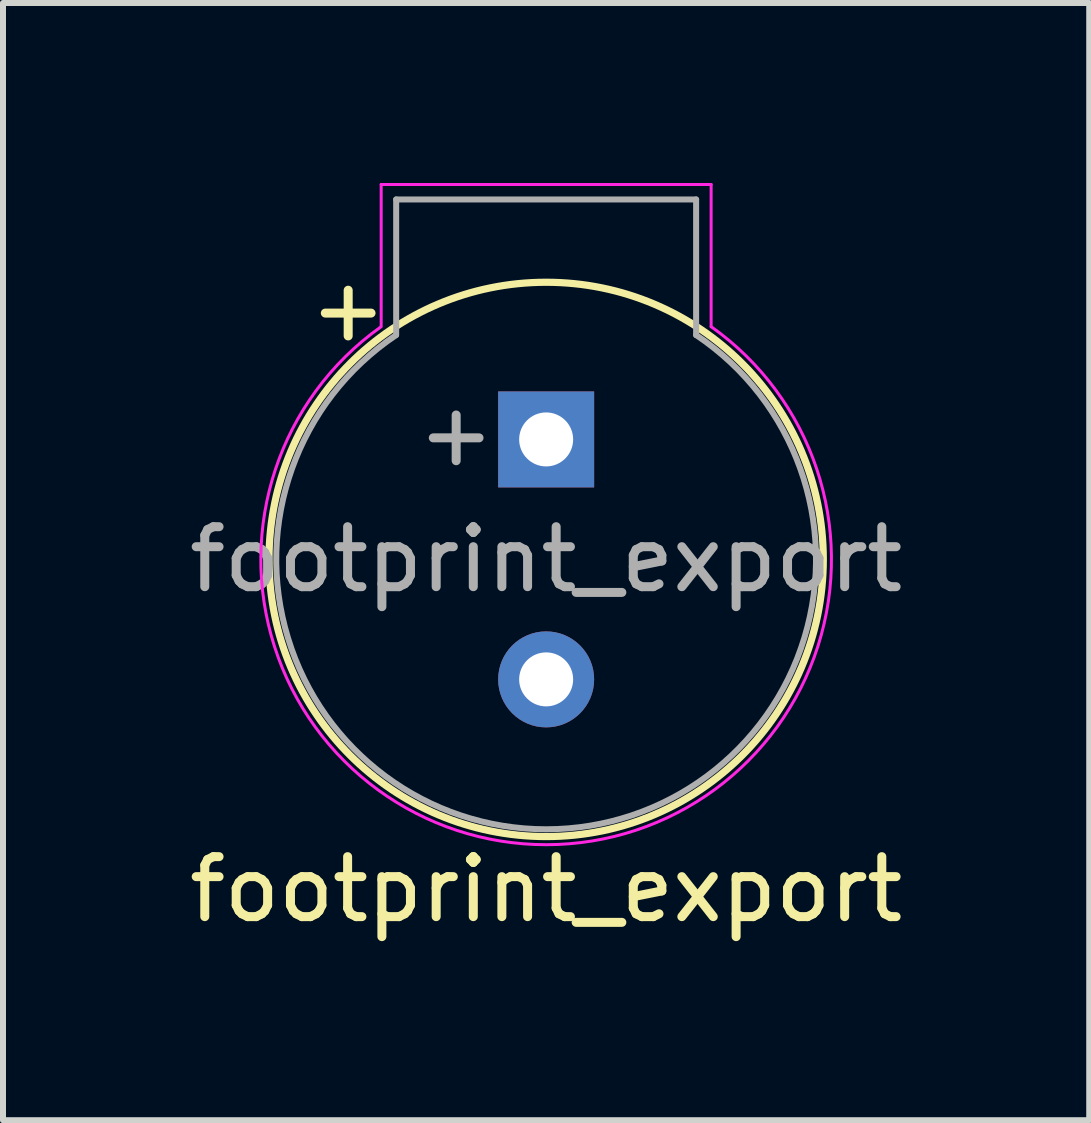
<source format=kicad_pcb>
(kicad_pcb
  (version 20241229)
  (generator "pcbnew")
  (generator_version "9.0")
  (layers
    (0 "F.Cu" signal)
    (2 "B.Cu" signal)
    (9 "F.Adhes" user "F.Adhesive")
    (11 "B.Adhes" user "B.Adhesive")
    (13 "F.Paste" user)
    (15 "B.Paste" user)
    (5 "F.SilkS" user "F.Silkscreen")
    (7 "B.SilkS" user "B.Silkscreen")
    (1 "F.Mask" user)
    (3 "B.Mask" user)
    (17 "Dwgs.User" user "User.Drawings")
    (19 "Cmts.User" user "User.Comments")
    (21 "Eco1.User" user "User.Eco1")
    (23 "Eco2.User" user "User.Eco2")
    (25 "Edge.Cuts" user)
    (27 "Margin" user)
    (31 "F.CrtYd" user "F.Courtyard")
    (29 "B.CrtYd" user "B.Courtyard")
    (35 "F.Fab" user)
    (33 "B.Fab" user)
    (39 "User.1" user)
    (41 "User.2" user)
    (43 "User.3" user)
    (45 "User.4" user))
  (footprint "footprint_export"
    (layer "F.Cu")
    (at 6.054 4.275)
    (property "Reference" "footprint_export" (at 0 7.5 0) (layer "F.SilkS") (effects (font (size 1 1) (thickness 0.15))))
    (attr through_hole)
    (fp_circle (center 0 2) (end 4.62 2) (stroke (width 0.12) (type solid)) (fill no) (layer "F.SilkS"))
    (fp_line (start -2.75 -4.25) (end 2.75 -4.25) (stroke (width 0.05) (type solid)) (layer "F.CrtYd"))
    (fp_line (start -2.75 -1.88) (end -2.75 -4.25) (stroke (width 0.05) (type solid)) (layer "F.CrtYd"))
    (fp_line (start 2.75 -4.25) (end 2.75 -1.88) (stroke (width 0.05) (type solid)) (layer "F.CrtYd"))
    (fp_arc (start 2.75 -1.88) (mid 0.006009 6.755719) (end -2.759797 -1.873038) (stroke (width 0.05) (type solid)) (layer "F.CrtYd"))
    (fp_line (start -2.5 -4) (end -2.5 -1.74) (stroke (width 0.1) (type solid)) (layer "F.Fab"))
    (fp_line (start -2.5 -4) (end 2.5 -4) (stroke (width 0.1) (type solid)) (layer "F.Fab"))
    (fp_line (start 2.5 -4) (end 2.5 -1.74) (stroke (width 0.1) (type solid)) (layer "F.Fab"))
    (fp_arc (start 2.5 -1.74) (mid 0.003084 6.498621) (end -2.505126 -1.736568) (stroke (width 0.1) (type solid)) (layer "F.Fab"))
    (fp_text user "+" (at -3.3 -2.18 0) (layer "F.SilkS") (effects (font (size 1 1) (thickness 0.15))))
    (fp_text user "${REFERENCE}" (at 0 2 0) (layer "F.Fab") (effects (font (size 1 1) (thickness 0.15))))
    (fp_text user "+" (at -1.5 -0.1 0) (layer "F.Fab") (effects (font (size 1 1) (thickness 0.15))))
    (pad "1" thru_hole rect (at 0 0) (size 1.6 1.6) (drill 0.9) (layers "*.Cu" "*.Mask"))
    (pad "2" thru_hole circle (at 0 4) (size 1.6 1.6) (drill 0.9) (layers "*.Cu" "*.Mask")))
  (gr_rect
    (start -3 -3)
    (end 15.107 15.623)
    (stroke (width 0.1) (type default))
    (fill no)
    (layer "Edge.Cuts")))
</source>
